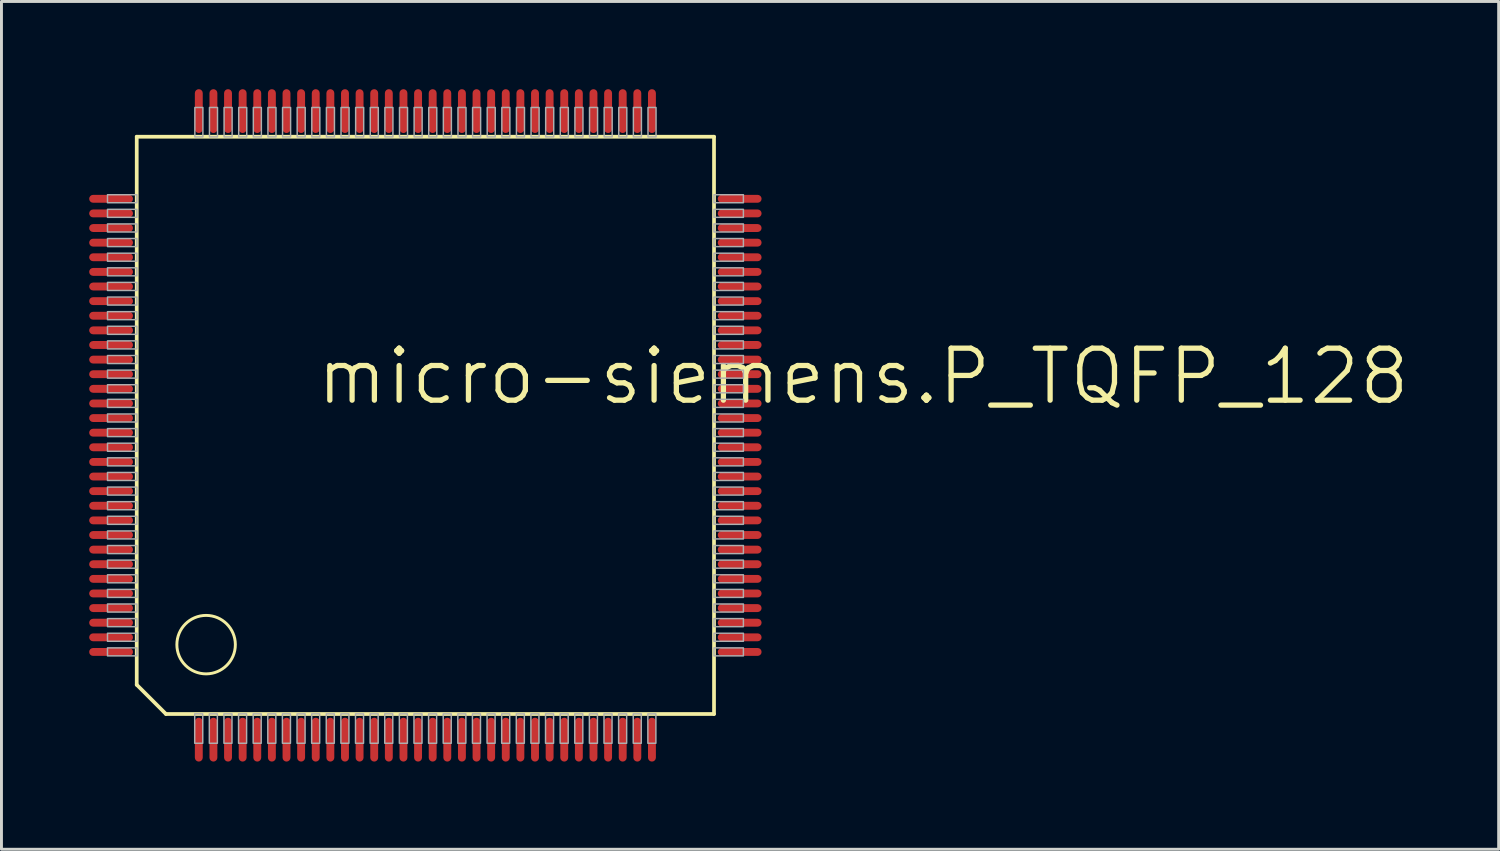
<source format=kicad_pcb>
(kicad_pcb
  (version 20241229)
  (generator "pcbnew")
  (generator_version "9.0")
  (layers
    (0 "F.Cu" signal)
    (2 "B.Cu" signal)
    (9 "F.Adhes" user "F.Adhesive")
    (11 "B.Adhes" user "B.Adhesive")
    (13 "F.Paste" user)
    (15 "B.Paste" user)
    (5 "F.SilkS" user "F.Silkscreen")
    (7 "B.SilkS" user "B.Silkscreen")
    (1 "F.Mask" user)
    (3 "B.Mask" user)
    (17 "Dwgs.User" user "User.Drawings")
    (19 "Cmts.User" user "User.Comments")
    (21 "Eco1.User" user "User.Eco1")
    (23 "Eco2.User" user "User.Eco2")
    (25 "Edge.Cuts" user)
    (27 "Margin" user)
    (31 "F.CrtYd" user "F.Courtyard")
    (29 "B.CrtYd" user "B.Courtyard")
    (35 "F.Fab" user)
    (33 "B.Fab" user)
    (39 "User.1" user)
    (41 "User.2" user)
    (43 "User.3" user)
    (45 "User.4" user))
  (footprint "micro-siemens.P_TQFP_128"
    (layer "F.Cu")
    (at 10.23 11.5)
    (property "Reference" "micro-siemens.P_TQFP_128" (at -2.54 -0.635 0) (layer "F.SilkS") (effects (font (size 1.778 1.778) (thickness 0.18)) (justify left bottom)))
    (attr smd)
    (fp_line (start -8.603 -9.873) (end -8.603 8.873) (stroke (width 0.127) (type default)) (layer "F.SilkS"))
    (fp_line (start -8.603 8.873) (end -7.603 9.873) (stroke (width 0.127) (type default)) (layer "F.SilkS"))
    (fp_line (start -7.603 9.873) (end 11.143 9.873) (stroke (width 0.127) (type default)) (layer "F.SilkS"))
    (fp_line (start 11.143 -9.873) (end -8.603 -9.873) (stroke (width 0.127) (type default)) (layer "F.SilkS"))
    (fp_line (start 11.143 9.873) (end 11.143 -9.873) (stroke (width 0.127) (type default)) (layer "F.SilkS"))
    (fp_circle (center -6.23 7.5) (end -5.23 7.5) (stroke (width 0.1) (type default)) (fill no) (layer "F.SilkS"))
    (fp_rect (start -9.603 -7.615) (end -8.598 -7.89) (stroke (width 0.05) (type default)) (fill no) (layer "F.Fab"))
    (fp_rect (start -9.603 -7.115) (end -8.598 -7.39) (stroke (width 0.05) (type default)) (fill no) (layer "F.Fab"))
    (fp_rect (start -9.603 -6.615) (end -8.598 -6.89) (stroke (width 0.05) (type default)) (fill no) (layer "F.Fab"))
    (fp_rect (start -9.603 -6.115) (end -8.598 -6.39) (stroke (width 0.05) (type default)) (fill no) (layer "F.Fab"))
    (fp_rect (start -9.603 -5.615) (end -8.598 -5.89) (stroke (width 0.05) (type default)) (fill no) (layer "F.Fab"))
    (fp_rect (start -9.603 -5.115) (end -8.598 -5.39) (stroke (width 0.05) (type default)) (fill no) (layer "F.Fab"))
    (fp_rect (start -9.603 -4.615) (end -8.598 -4.89) (stroke (width 0.05) (type default)) (fill no) (layer "F.Fab"))
    (fp_rect (start -9.603 -4.115) (end -8.598 -4.39) (stroke (width 0.05) (type default)) (fill no) (layer "F.Fab"))
    (fp_rect (start -9.603 -3.615) (end -8.598 -3.89) (stroke (width 0.05) (type default)) (fill no) (layer "F.Fab"))
    (fp_rect (start -9.603 -3.115) (end -8.598 -3.39) (stroke (width 0.05) (type default)) (fill no) (layer "F.Fab"))
    (fp_rect (start -9.603 -2.615) (end -8.598 -2.89) (stroke (width 0.05) (type default)) (fill no) (layer "F.Fab"))
    (fp_rect (start -9.603 -2.115) (end -8.598 -2.39) (stroke (width 0.05) (type default)) (fill no) (layer "F.Fab"))
    (fp_rect (start -9.603 -1.615) (end -8.598 -1.89) (stroke (width 0.05) (type default)) (fill no) (layer "F.Fab"))
    (fp_rect (start -9.603 -1.115) (end -8.598 -1.39) (stroke (width 0.05) (type default)) (fill no) (layer "F.Fab"))
    (fp_rect (start -9.603 -0.615) (end -8.598 -0.89) (stroke (width 0.05) (type default)) (fill no) (layer "F.Fab"))
    (fp_rect (start -9.603 -0.115) (end -8.598 -0.39) (stroke (width 0.05) (type default)) (fill no) (layer "F.Fab"))
    (fp_rect (start -9.603 0.385) (end -8.598 0.11) (stroke (width 0.05) (type default)) (fill no) (layer "F.Fab"))
    (fp_rect (start -9.603 0.885) (end -8.598 0.61) (stroke (width 0.05) (type default)) (fill no) (layer "F.Fab"))
    (fp_rect (start -9.603 1.385) (end -8.598 1.11) (stroke (width 0.05) (type default)) (fill no) (layer "F.Fab"))
    (fp_rect (start -9.603 1.885) (end -8.598 1.61) (stroke (width 0.05) (type default)) (fill no) (layer "F.Fab"))
    (fp_rect (start -9.603 2.385) (end -8.598 2.11) (stroke (width 0.05) (type default)) (fill no) (layer "F.Fab"))
    (fp_rect (start -9.603 2.885) (end -8.598 2.61) (stroke (width 0.05) (type default)) (fill no) (layer "F.Fab"))
    (fp_rect (start -9.603 3.385) (end -8.598 3.11) (stroke (width 0.05) (type default)) (fill no) (layer "F.Fab"))
    (fp_rect (start -9.603 3.885) (end -8.598 3.61) (stroke (width 0.05) (type default)) (fill no) (layer "F.Fab"))
    (fp_rect (start -9.603 4.385) (end -8.598 4.11) (stroke (width 0.05) (type default)) (fill no) (layer "F.Fab"))
    (fp_rect (start -9.603 4.885) (end -8.598 4.61) (stroke (width 0.05) (type default)) (fill no) (layer "F.Fab"))
    (fp_rect (start -9.603 5.385) (end -8.598 5.11) (stroke (width 0.05) (type default)) (fill no) (layer "F.Fab"))
    (fp_rect (start -9.603 5.885) (end -8.598 5.61) (stroke (width 0.05) (type default)) (fill no) (layer "F.Fab"))
    (fp_rect (start -9.603 6.385) (end -8.598 6.11) (stroke (width 0.05) (type default)) (fill no) (layer "F.Fab"))
    (fp_rect (start -9.603 6.885) (end -8.598 6.61) (stroke (width 0.05) (type default)) (fill no) (layer "F.Fab"))
    (fp_rect (start -9.603 7.385) (end -8.598 7.11) (stroke (width 0.05) (type default)) (fill no) (layer "F.Fab"))
    (fp_rect (start -9.603 7.885) (end -8.598 7.61) (stroke (width 0.05) (type default)) (fill no) (layer "F.Fab"))
    (fp_rect (start -6.62 10.873) (end -6.345 9.868) (stroke (width 0.05) (type default)) (fill no) (layer "F.Fab"))
    (fp_rect (start -6.615 -9.868) (end -6.34 -10.873) (stroke (width 0.05) (type default)) (fill no) (layer "F.Fab"))
    (fp_rect (start -6.12 10.873) (end -5.845 9.868) (stroke (width 0.05) (type default)) (fill no) (layer "F.Fab"))
    (fp_rect (start -6.115 -9.868) (end -5.84 -10.873) (stroke (width 0.05) (type default)) (fill no) (layer "F.Fab"))
    (fp_rect (start -5.62 10.873) (end -5.345 9.868) (stroke (width 0.05) (type default)) (fill no) (layer "F.Fab"))
    (fp_rect (start -5.615 -9.868) (end -5.34 -10.873) (stroke (width 0.05) (type default)) (fill no) (layer "F.Fab"))
    (fp_rect (start -5.12 10.873) (end -4.845 9.868) (stroke (width 0.05) (type default)) (fill no) (layer "F.Fab"))
    (fp_rect (start -5.115 -9.868) (end -4.84 -10.873) (stroke (width 0.05) (type default)) (fill no) (layer "F.Fab"))
    (fp_rect (start -4.62 10.873) (end -4.345 9.868) (stroke (width 0.05) (type default)) (fill no) (layer "F.Fab"))
    (fp_rect (start -4.615 -9.868) (end -4.34 -10.873) (stroke (width 0.05) (type default)) (fill no) (layer "F.Fab"))
    (fp_rect (start -4.12 10.873) (end -3.845 9.868) (stroke (width 0.05) (type default)) (fill no) (layer "F.Fab"))
    (fp_rect (start -4.115 -9.868) (end -3.84 -10.873) (stroke (width 0.05) (type default)) (fill no) (layer "F.Fab"))
    (fp_rect (start -3.62 10.873) (end -3.345 9.868) (stroke (width 0.05) (type default)) (fill no) (layer "F.Fab"))
    (fp_rect (start -3.615 -9.868) (end -3.34 -10.873) (stroke (width 0.05) (type default)) (fill no) (layer "F.Fab"))
    (fp_rect (start -3.12 10.873) (end -2.845 9.868) (stroke (width 0.05) (type default)) (fill no) (layer "F.Fab"))
    (fp_rect (start -3.115 -9.868) (end -2.84 -10.873) (stroke (width 0.05) (type default)) (fill no) (layer "F.Fab"))
    (fp_rect (start -2.62 10.873) (end -2.345 9.868) (stroke (width 0.05) (type default)) (fill no) (layer "F.Fab"))
    (fp_rect (start -2.615 -9.868) (end -2.34 -10.873) (stroke (width 0.05) (type default)) (fill no) (layer "F.Fab"))
    (fp_rect (start -2.12 10.873) (end -1.845 9.868) (stroke (width 0.05) (type default)) (fill no) (layer "F.Fab"))
    (fp_rect (start -2.115 -9.868) (end -1.84 -10.873) (stroke (width 0.05) (type default)) (fill no) (layer "F.Fab"))
    (fp_rect (start -1.62 10.873) (end -1.345 9.868) (stroke (width 0.05) (type default)) (fill no) (layer "F.Fab"))
    (fp_rect (start -1.615 -9.868) (end -1.34 -10.873) (stroke (width 0.05) (type default)) (fill no) (layer "F.Fab"))
    (fp_rect (start -1.12 10.873) (end -0.845 9.868) (stroke (width 0.05) (type default)) (fill no) (layer "F.Fab"))
    (fp_rect (start -1.115 -9.868) (end -0.84 -10.873) (stroke (width 0.05) (type default)) (fill no) (layer "F.Fab"))
    (fp_rect (start -0.62 10.873) (end -0.345 9.868) (stroke (width 0.05) (type default)) (fill no) (layer "F.Fab"))
    (fp_rect (start -0.615 -9.868) (end -0.34 -10.873) (stroke (width 0.05) (type default)) (fill no) (layer "F.Fab"))
    (fp_rect (start -0.12 10.873) (end 0.155 9.868) (stroke (width 0.05) (type default)) (fill no) (layer "F.Fab"))
    (fp_rect (start -0.115 -9.868) (end 0.16 -10.873) (stroke (width 0.05) (type default)) (fill no) (layer "F.Fab"))
    (fp_rect (start 0.38 10.873) (end 0.655 9.868) (stroke (width 0.05) (type default)) (fill no) (layer "F.Fab"))
    (fp_rect (start 0.385 -9.868) (end 0.66 -10.873) (stroke (width 0.05) (type default)) (fill no) (layer "F.Fab"))
    (fp_rect (start 0.88 10.873) (end 1.155 9.868) (stroke (width 0.05) (type default)) (fill no) (layer "F.Fab"))
    (fp_rect (start 0.885 -9.868) (end 1.16 -10.873) (stroke (width 0.05) (type default)) (fill no) (layer "F.Fab"))
    (fp_rect (start 1.38 10.873) (end 1.655 9.868) (stroke (width 0.05) (type default)) (fill no) (layer "F.Fab"))
    (fp_rect (start 1.385 -9.868) (end 1.66 -10.873) (stroke (width 0.05) (type default)) (fill no) (layer "F.Fab"))
    (fp_rect (start 1.88 10.873) (end 2.155 9.868) (stroke (width 0.05) (type default)) (fill no) (layer "F.Fab"))
    (fp_rect (start 1.885 -9.868) (end 2.16 -10.873) (stroke (width 0.05) (type default)) (fill no) (layer "F.Fab"))
    (fp_rect (start 2.38 10.873) (end 2.655 9.868) (stroke (width 0.05) (type default)) (fill no) (layer "F.Fab"))
    (fp_rect (start 2.385 -9.868) (end 2.66 -10.873) (stroke (width 0.05) (type default)) (fill no) (layer "F.Fab"))
    (fp_rect (start 2.88 10.873) (end 3.155 9.868) (stroke (width 0.05) (type default)) (fill no) (layer "F.Fab"))
    (fp_rect (start 2.885 -9.868) (end 3.16 -10.873) (stroke (width 0.05) (type default)) (fill no) (layer "F.Fab"))
    (fp_rect (start 3.38 10.873) (end 3.655 9.868) (stroke (width 0.05) (type default)) (fill no) (layer "F.Fab"))
    (fp_rect (start 3.385 -9.868) (end 3.66 -10.873) (stroke (width 0.05) (type default)) (fill no) (layer "F.Fab"))
    (fp_rect (start 3.88 10.873) (end 4.155 9.868) (stroke (width 0.05) (type default)) (fill no) (layer "F.Fab"))
    (fp_rect (start 3.885 -9.868) (end 4.16 -10.873) (stroke (width 0.05) (type default)) (fill no) (layer "F.Fab"))
    (fp_rect (start 4.38 10.873) (end 4.655 9.868) (stroke (width 0.05) (type default)) (fill no) (layer "F.Fab"))
    (fp_rect (start 4.385 -9.868) (end 4.66 -10.873) (stroke (width 0.05) (type default)) (fill no) (layer "F.Fab"))
    (fp_rect (start 4.88 10.873) (end 5.155 9.868) (stroke (width 0.05) (type default)) (fill no) (layer "F.Fab"))
    (fp_rect (start 4.885 -9.868) (end 5.16 -10.873) (stroke (width 0.05) (type default)) (fill no) (layer "F.Fab"))
    (fp_rect (start 5.38 10.873) (end 5.655 9.868) (stroke (width 0.05) (type default)) (fill no) (layer "F.Fab"))
    (fp_rect (start 5.385 -9.868) (end 5.66 -10.873) (stroke (width 0.05) (type default)) (fill no) (layer "F.Fab"))
    (fp_rect (start 5.88 10.873) (end 6.155 9.868) (stroke (width 0.05) (type default)) (fill no) (layer "F.Fab"))
    (fp_rect (start 5.885 -9.868) (end 6.16 -10.873) (stroke (width 0.05) (type default)) (fill no) (layer "F.Fab"))
    (fp_rect (start 6.38 10.873) (end 6.655 9.868) (stroke (width 0.05) (type default)) (fill no) (layer "F.Fab"))
    (fp_rect (start 6.385 -9.868) (end 6.66 -10.873) (stroke (width 0.05) (type default)) (fill no) (layer "F.Fab"))
    (fp_rect (start 6.88 10.873) (end 7.155 9.868) (stroke (width 0.05) (type default)) (fill no) (layer "F.Fab"))
    (fp_rect (start 6.885 -9.868) (end 7.16 -10.873) (stroke (width 0.05) (type default)) (fill no) (layer "F.Fab"))
    (fp_rect (start 7.38 10.873) (end 7.655 9.868) (stroke (width 0.05) (type default)) (fill no) (layer "F.Fab"))
    (fp_rect (start 7.385 -9.868) (end 7.66 -10.873) (stroke (width 0.05) (type default)) (fill no) (layer "F.Fab"))
    (fp_rect (start 7.88 10.873) (end 8.155 9.868) (stroke (width 0.05) (type default)) (fill no) (layer "F.Fab"))
    (fp_rect (start 7.885 -9.868) (end 8.16 -10.873) (stroke (width 0.05) (type default)) (fill no) (layer "F.Fab"))
    (fp_rect (start 8.38 10.873) (end 8.655 9.868) (stroke (width 0.05) (type default)) (fill no) (layer "F.Fab"))
    (fp_rect (start 8.385 -9.868) (end 8.66 -10.873) (stroke (width 0.05) (type default)) (fill no) (layer "F.Fab"))
    (fp_rect (start 8.88 10.873) (end 9.155 9.868) (stroke (width 0.05) (type default)) (fill no) (layer "F.Fab"))
    (fp_rect (start 8.885 -9.868) (end 9.16 -10.873) (stroke (width 0.05) (type default)) (fill no) (layer "F.Fab"))
    (fp_rect (start 11.143 -7.615) (end 12.148 -7.89) (stroke (width 0.05) (type default)) (fill no) (layer "F.Fab"))
    (fp_rect (start 11.143 -7.115) (end 12.148 -7.39) (stroke (width 0.05) (type default)) (fill no) (layer "F.Fab"))
    (fp_rect (start 11.143 -6.615) (end 12.148 -6.89) (stroke (width 0.05) (type default)) (fill no) (layer "F.Fab"))
    (fp_rect (start 11.143 -6.115) (end 12.148 -6.39) (stroke (width 0.05) (type default)) (fill no) (layer "F.Fab"))
    (fp_rect (start 11.143 -5.615) (end 12.148 -5.89) (stroke (width 0.05) (type default)) (fill no) (layer "F.Fab"))
    (fp_rect (start 11.143 -5.115) (end 12.148 -5.39) (stroke (width 0.05) (type default)) (fill no) (layer "F.Fab"))
    (fp_rect (start 11.143 -4.615) (end 12.148 -4.89) (stroke (width 0.05) (type default)) (fill no) (layer "F.Fab"))
    (fp_rect (start 11.143 -4.115) (end 12.148 -4.39) (stroke (width 0.05) (type default)) (fill no) (layer "F.Fab"))
    (fp_rect (start 11.143 -3.615) (end 12.148 -3.89) (stroke (width 0.05) (type default)) (fill no) (layer "F.Fab"))
    (fp_rect (start 11.143 -3.115) (end 12.148 -3.39) (stroke (width 0.05) (type default)) (fill no) (layer "F.Fab"))
    (fp_rect (start 11.143 -2.615) (end 12.148 -2.89) (stroke (width 0.05) (type default)) (fill no) (layer "F.Fab"))
    (fp_rect (start 11.143 -2.115) (end 12.148 -2.39) (stroke (width 0.05) (type default)) (fill no) (layer "F.Fab"))
    (fp_rect (start 11.143 -1.615) (end 12.148 -1.89) (stroke (width 0.05) (type default)) (fill no) (layer "F.Fab"))
    (fp_rect (start 11.143 -1.115) (end 12.148 -1.39) (stroke (width 0.05) (type default)) (fill no) (layer "F.Fab"))
    (fp_rect (start 11.143 -0.615) (end 12.148 -0.89) (stroke (width 0.05) (type default)) (fill no) (layer "F.Fab"))
    (fp_rect (start 11.143 -0.115) (end 12.148 -0.39) (stroke (width 0.05) (type default)) (fill no) (layer "F.Fab"))
    (fp_rect (start 11.143 0.385) (end 12.148 0.11) (stroke (width 0.05) (type default)) (fill no) (layer "F.Fab"))
    (fp_rect (start 11.143 0.885) (end 12.148 0.61) (stroke (width 0.05) (type default)) (fill no) (layer "F.Fab"))
    (fp_rect (start 11.143 1.385) (end 12.148 1.11) (stroke (width 0.05) (type default)) (fill no) (layer "F.Fab"))
    (fp_rect (start 11.143 1.885) (end 12.148 1.61) (stroke (width 0.05) (type default)) (fill no) (layer "F.Fab"))
    (fp_rect (start 11.143 2.385) (end 12.148 2.11) (stroke (width 0.05) (type default)) (fill no) (layer "F.Fab"))
    (fp_rect (start 11.143 2.885) (end 12.148 2.61) (stroke (width 0.05) (type default)) (fill no) (layer "F.Fab"))
    (fp_rect (start 11.143 3.385) (end 12.148 3.11) (stroke (width 0.05) (type default)) (fill no) (layer "F.Fab"))
    (fp_rect (start 11.143 3.885) (end 12.148 3.61) (stroke (width 0.05) (type default)) (fill no) (layer "F.Fab"))
    (fp_rect (start 11.143 4.385) (end 12.148 4.11) (stroke (width 0.05) (type default)) (fill no) (layer "F.Fab"))
    (fp_rect (start 11.143 4.885) (end 12.148 4.61) (stroke (width 0.05) (type default)) (fill no) (layer "F.Fab"))
    (fp_rect (start 11.143 5.385) (end 12.148 5.11) (stroke (width 0.05) (type default)) (fill no) (layer "F.Fab"))
    (fp_rect (start 11.143 5.885) (end 12.148 5.61) (stroke (width 0.05) (type default)) (fill no) (layer "F.Fab"))
    (fp_rect (start 11.143 6.385) (end 12.148 6.11) (stroke (width 0.05) (type default)) (fill no) (layer "F.Fab"))
    (fp_rect (start 11.143 6.885) (end 12.148 6.61) (stroke (width 0.05) (type default)) (fill no) (layer "F.Fab"))
    (fp_rect (start 11.143 7.385) (end 12.148 7.11) (stroke (width 0.05) (type default)) (fill no) (layer "F.Fab"))
    (fp_rect (start 11.143 7.885) (end 12.148 7.61) (stroke (width 0.05) (type default)) (fill no) (layer "F.Fab"))
    (pad "1" smd roundrect (at -6.48 10.75) (size 0.27 1.5) (layers "F.Cu" "F.Mask" "F.Paste") (roundrect_rratio 0.5))
    (pad "2" smd roundrect (at -5.98 10.75) (size 0.27 1.5) (layers "F.Cu" "F.Mask" "F.Paste") (roundrect_rratio 0.5))
    (pad "3" smd roundrect (at -5.48 10.75) (size 0.27 1.5) (layers "F.Cu" "F.Mask" "F.Paste") (roundrect_rratio 0.5))
    (pad "4" smd roundrect (at -4.98 10.75) (size 0.27 1.5) (layers "F.Cu" "F.Mask" "F.Paste") (roundrect_rratio 0.5))
    (pad "5" smd roundrect (at -4.48 10.75) (size 0.27 1.5) (layers "F.Cu" "F.Mask" "F.Paste") (roundrect_rratio 0.5))
    (pad "6" smd roundrect (at -3.98 10.75) (size 0.27 1.5) (layers "F.Cu" "F.Mask" "F.Paste") (roundrect_rratio 0.5))
    (pad "7" smd roundrect (at -3.48 10.75) (size 0.27 1.5) (layers "F.Cu" "F.Mask" "F.Paste") (roundrect_rratio 0.5))
    (pad "8" smd roundrect (at -2.98 10.75) (size 0.27 1.5) (layers "F.Cu" "F.Mask" "F.Paste") (roundrect_rratio 0.5))
    (pad "9" smd roundrect (at -2.48 10.75) (size 0.27 1.5) (layers "F.Cu" "F.Mask" "F.Paste") (roundrect_rratio 0.5))
    (pad "10" smd roundrect (at -1.98 10.75) (size 0.27 1.5) (layers "F.Cu" "F.Mask" "F.Paste") (roundrect_rratio 0.5))
    (pad "11" smd roundrect (at -1.48 10.75) (size 0.27 1.5) (layers "F.Cu" "F.Mask" "F.Paste") (roundrect_rratio 0.5))
    (pad "12" smd roundrect (at -0.98 10.75) (size 0.27 1.5) (layers "F.Cu" "F.Mask" "F.Paste") (roundrect_rratio 0.5))
    (pad "13" smd roundrect (at -0.48 10.75) (size 0.27 1.5) (layers "F.Cu" "F.Mask" "F.Paste") (roundrect_rratio 0.5))
    (pad "14" smd roundrect (at 0.02 10.75) (size 0.27 1.5) (layers "F.Cu" "F.Mask" "F.Paste") (roundrect_rratio 0.5))
    (pad "15" smd roundrect (at 0.52 10.75) (size 0.27 1.5) (layers "F.Cu" "F.Mask" "F.Paste") (roundrect_rratio 0.5))
    (pad "16" smd roundrect (at 1.02 10.75) (size 0.27 1.5) (layers "F.Cu" "F.Mask" "F.Paste") (roundrect_rratio 0.5))
    (pad "17" smd roundrect (at 1.52 10.75) (size 0.27 1.5) (layers "F.Cu" "F.Mask" "F.Paste") (roundrect_rratio 0.5))
    (pad "18" smd roundrect (at 2.02 10.75) (size 0.27 1.5) (layers "F.Cu" "F.Mask" "F.Paste") (roundrect_rratio 0.5))
    (pad "19" smd roundrect (at 2.52 10.75) (size 0.27 1.5) (layers "F.Cu" "F.Mask" "F.Paste") (roundrect_rratio 0.5))
    (pad "20" smd roundrect (at 3.02 10.75) (size 0.27 1.5) (layers "F.Cu" "F.Mask" "F.Paste") (roundrect_rratio 0.5))
    (pad "21" smd roundrect (at 3.52 10.75) (size 0.27 1.5) (layers "F.Cu" "F.Mask" "F.Paste") (roundrect_rratio 0.5))
    (pad "22" smd roundrect (at 4.02 10.75) (size 0.27 1.5) (layers "F.Cu" "F.Mask" "F.Paste") (roundrect_rratio 0.5))
    (pad "23" smd roundrect (at 4.52 10.75) (size 0.27 1.5) (layers "F.Cu" "F.Mask" "F.Paste") (roundrect_rratio 0.5))
    (pad "24" smd roundrect (at 5.02 10.75) (size 0.27 1.5) (layers "F.Cu" "F.Mask" "F.Paste") (roundrect_rratio 0.5))
    (pad "25" smd roundrect (at 5.52 10.75) (size 0.27 1.5) (layers "F.Cu" "F.Mask" "F.Paste") (roundrect_rratio 0.5))
    (pad "26" smd roundrect (at 6.02 10.75) (size 0.27 1.5) (layers "F.Cu" "F.Mask" "F.Paste") (roundrect_rratio 0.5))
    (pad "27" smd roundrect (at 6.52 10.75) (size 0.27 1.5) (layers "F.Cu" "F.Mask" "F.Paste") (roundrect_rratio 0.5))
    (pad "28" smd roundrect (at 7.02 10.75) (size 0.27 1.5) (layers "F.Cu" "F.Mask" "F.Paste") (roundrect_rratio 0.5))
    (pad "29" smd roundrect (at 7.52 10.75) (size 0.27 1.5) (layers "F.Cu" "F.Mask" "F.Paste") (roundrect_rratio 0.5))
    (pad "30" smd roundrect (at 8.02 10.75) (size 0.27 1.5) (layers "F.Cu" "F.Mask" "F.Paste") (roundrect_rratio 0.5))
    (pad "31" smd roundrect (at 8.52 10.75) (size 0.27 1.5) (layers "F.Cu" "F.Mask" "F.Paste") (roundrect_rratio 0.5))
    (pad "32" smd roundrect (at 9.02 10.75) (size 0.27 1.5) (layers "F.Cu" "F.Mask" "F.Paste") (roundrect_rratio 0.5))
    (pad "33" smd roundrect (at 12.02 7.75) (size 1.5 0.27) (layers "F.Cu" "F.Mask" "F.Paste") (roundrect_rratio 0.5))
    (pad "34" smd roundrect (at 12.02 7.25) (size 1.5 0.27) (layers "F.Cu" "F.Mask" "F.Paste") (roundrect_rratio 0.5))
    (pad "35" smd roundrect (at 12.02 6.75) (size 1.5 0.27) (layers "F.Cu" "F.Mask" "F.Paste") (roundrect_rratio 0.5))
    (pad "36" smd roundrect (at 12.02 6.25) (size 1.5 0.27) (layers "F.Cu" "F.Mask" "F.Paste") (roundrect_rratio 0.5))
    (pad "37" smd roundrect (at 12.02 5.75) (size 1.5 0.27) (layers "F.Cu" "F.Mask" "F.Paste") (roundrect_rratio 0.5))
    (pad "38" smd roundrect (at 12.02 5.25) (size 1.5 0.27) (layers "F.Cu" "F.Mask" "F.Paste") (roundrect_rratio 0.5))
    (pad "39" smd roundrect (at 12.02 4.75) (size 1.5 0.27) (layers "F.Cu" "F.Mask" "F.Paste") (roundrect_rratio 0.5))
    (pad "40" smd roundrect (at 12.02 4.25) (size 1.5 0.27) (layers "F.Cu" "F.Mask" "F.Paste") (roundrect_rratio 0.5))
    (pad "41" smd roundrect (at 12.02 3.75) (size 1.5 0.27) (layers "F.Cu" "F.Mask" "F.Paste") (roundrect_rratio 0.5))
    (pad "42" smd roundrect (at 12.02 3.25) (size 1.5 0.27) (layers "F.Cu" "F.Mask" "F.Paste") (roundrect_rratio 0.5))
    (pad "43" smd roundrect (at 12.02 2.75) (size 1.5 0.27) (layers "F.Cu" "F.Mask" "F.Paste") (roundrect_rratio 0.5))
    (pad "44" smd roundrect (at 12.02 2.25) (size 1.5 0.27) (layers "F.Cu" "F.Mask" "F.Paste") (roundrect_rratio 0.5))
    (pad "45" smd roundrect (at 12.02 1.75) (size 1.5 0.27) (layers "F.Cu" "F.Mask" "F.Paste") (roundrect_rratio 0.5))
    (pad "46" smd roundrect (at 12.02 1.25) (size 1.5 0.27) (layers "F.Cu" "F.Mask" "F.Paste") (roundrect_rratio 0.5))
    (pad "47" smd roundrect (at 12.02 0.75) (size 1.5 0.27) (layers "F.Cu" "F.Mask" "F.Paste") (roundrect_rratio 0.5))
    (pad "48" smd roundrect (at 12.02 0.25) (size 1.5 0.27) (layers "F.Cu" "F.Mask" "F.Paste") (roundrect_rratio 0.5))
    (pad "49" smd roundrect (at 12.02 -0.25) (size 1.5 0.27) (layers "F.Cu" "F.Mask" "F.Paste") (roundrect_rratio 0.5))
    (pad "50" smd roundrect (at 12.02 -0.75) (size 1.5 0.27) (layers "F.Cu" "F.Mask" "F.Paste") (roundrect_rratio 0.5))
    (pad "51" smd roundrect (at 12.02 -1.25) (size 1.5 0.27) (layers "F.Cu" "F.Mask" "F.Paste") (roundrect_rratio 0.5))
    (pad "52" smd roundrect (at 12.02 -1.75) (size 1.5 0.27) (layers "F.Cu" "F.Mask" "F.Paste") (roundrect_rratio 0.5))
    (pad "53" smd roundrect (at 12.02 -2.25) (size 1.5 0.27) (layers "F.Cu" "F.Mask" "F.Paste") (roundrect_rratio 0.5))
    (pad "54" smd roundrect (at 12.02 -2.75) (size 1.5 0.27) (layers "F.Cu" "F.Mask" "F.Paste") (roundrect_rratio 0.5))
    (pad "55" smd roundrect (at 12.02 -3.25) (size 1.5 0.27) (layers "F.Cu" "F.Mask" "F.Paste") (roundrect_rratio 0.5))
    (pad "56" smd roundrect (at 12.02 -3.75) (size 1.5 0.27) (layers "F.Cu" "F.Mask" "F.Paste") (roundrect_rratio 0.5))
    (pad "57" smd roundrect (at 12.02 -4.25) (size 1.5 0.27) (layers "F.Cu" "F.Mask" "F.Paste") (roundrect_rratio 0.5))
    (pad "58" smd roundrect (at 12.02 -4.75) (size 1.5 0.27) (layers "F.Cu" "F.Mask" "F.Paste") (roundrect_rratio 0.5))
    (pad "59" smd roundrect (at 12.02 -5.25) (size 1.5 0.27) (layers "F.Cu" "F.Mask" "F.Paste") (roundrect_rratio 0.5))
    (pad "60" smd roundrect (at 12.02 -5.75) (size 1.5 0.27) (layers "F.Cu" "F.Mask" "F.Paste") (roundrect_rratio 0.5))
    (pad "61" smd roundrect (at 12.02 -6.25) (size 1.5 0.27) (layers "F.Cu" "F.Mask" "F.Paste") (roundrect_rratio 0.5))
    (pad "62" smd roundrect (at 12.02 -6.75) (size 1.5 0.27) (layers "F.Cu" "F.Mask" "F.Paste") (roundrect_rratio 0.5))
    (pad "63" smd roundrect (at 12.02 -7.25) (size 1.5 0.27) (layers "F.Cu" "F.Mask" "F.Paste") (roundrect_rratio 0.5))
    (pad "64" smd roundrect (at 12.02 -7.75) (size 1.5 0.27) (layers "F.Cu" "F.Mask" "F.Paste") (roundrect_rratio 0.5))
    (pad "65" smd roundrect (at 9.02 -10.75) (size 0.27 1.5) (layers "F.Cu" "F.Mask" "F.Paste") (roundrect_rratio 0.5))
    (pad "66" smd roundrect (at 8.52 -10.75) (size 0.27 1.5) (layers "F.Cu" "F.Mask" "F.Paste") (roundrect_rratio 0.5))
    (pad "67" smd roundrect (at 8.02 -10.75) (size 0.27 1.5) (layers "F.Cu" "F.Mask" "F.Paste") (roundrect_rratio 0.5))
    (pad "68" smd roundrect (at 7.52 -10.75) (size 0.27 1.5) (layers "F.Cu" "F.Mask" "F.Paste") (roundrect_rratio 0.5))
    (pad "69" smd roundrect (at 7.02 -10.75) (size 0.27 1.5) (layers "F.Cu" "F.Mask" "F.Paste") (roundrect_rratio 0.5))
    (pad "70" smd roundrect (at 6.52 -10.75) (size 0.27 1.5) (layers "F.Cu" "F.Mask" "F.Paste") (roundrect_rratio 0.5))
    (pad "71" smd roundrect (at 6.02 -10.75) (size 0.27 1.5) (layers "F.Cu" "F.Mask" "F.Paste") (roundrect_rratio 0.5))
    (pad "72" smd roundrect (at 5.52 -10.75) (size 0.27 1.5) (layers "F.Cu" "F.Mask" "F.Paste") (roundrect_rratio 0.5))
    (pad "73" smd roundrect (at 5.02 -10.75) (size 0.27 1.5) (layers "F.Cu" "F.Mask" "F.Paste") (roundrect_rratio 0.5))
    (pad "74" smd roundrect (at 4.52 -10.75) (size 0.27 1.5) (layers "F.Cu" "F.Mask" "F.Paste") (roundrect_rratio 0.5))
    (pad "75" smd roundrect (at 4.02 -10.75) (size 0.27 1.5) (layers "F.Cu" "F.Mask" "F.Paste") (roundrect_rratio 0.5))
    (pad "76" smd roundrect (at 3.52 -10.75) (size 0.27 1.5) (layers "F.Cu" "F.Mask" "F.Paste") (roundrect_rratio 0.5))
    (pad "77" smd roundrect (at 3.02 -10.75) (size 0.27 1.5) (layers "F.Cu" "F.Mask" "F.Paste") (roundrect_rratio 0.5))
    (pad "78" smd roundrect (at 2.52 -10.75) (size 0.27 1.5) (layers "F.Cu" "F.Mask" "F.Paste") (roundrect_rratio 0.5))
    (pad "79" smd roundrect (at 2.02 -10.75) (size 0.27 1.5) (layers "F.Cu" "F.Mask" "F.Paste") (roundrect_rratio 0.5))
    (pad "80" smd roundrect (at 1.52 -10.75) (size 0.27 1.5) (layers "F.Cu" "F.Mask" "F.Paste") (roundrect_rratio 0.5))
    (pad "81" smd roundrect (at 1.02 -10.75) (size 0.27 1.5) (layers "F.Cu" "F.Mask" "F.Paste") (roundrect_rratio 0.5))
    (pad "82" smd roundrect (at 0.52 -10.75) (size 0.27 1.5) (layers "F.Cu" "F.Mask" "F.Paste") (roundrect_rratio 0.5))
    (pad "83" smd roundrect (at 0.02 -10.75) (size 0.27 1.5) (layers "F.Cu" "F.Mask" "F.Paste") (roundrect_rratio 0.5))
    (pad "84" smd roundrect (at -0.48 -10.75) (size 0.27 1.5) (layers "F.Cu" "F.Mask" "F.Paste") (roundrect_rratio 0.5))
    (pad "85" smd roundrect (at -0.98 -10.75) (size 0.27 1.5) (layers "F.Cu" "F.Mask" "F.Paste") (roundrect_rratio 0.5))
    (pad "86" smd roundrect (at -1.48 -10.75) (size 0.27 1.5) (layers "F.Cu" "F.Mask" "F.Paste") (roundrect_rratio 0.5))
    (pad "87" smd roundrect (at -1.98 -10.75) (size 0.27 1.5) (layers "F.Cu" "F.Mask" "F.Paste") (roundrect_rratio 0.5))
    (pad "88" smd roundrect (at -2.48 -10.75) (size 0.27 1.5) (layers "F.Cu" "F.Mask" "F.Paste") (roundrect_rratio 0.5))
    (pad "89" smd roundrect (at -2.98 -10.75) (size 0.27 1.5) (layers "F.Cu" "F.Mask" "F.Paste") (roundrect_rratio 0.5))
    (pad "90" smd roundrect (at -3.48 -10.75) (size 0.27 1.5) (layers "F.Cu" "F.Mask" "F.Paste") (roundrect_rratio 0.5))
    (pad "91" smd roundrect (at -3.98 -10.75) (size 0.27 1.5) (layers "F.Cu" "F.Mask" "F.Paste") (roundrect_rratio 0.5))
    (pad "92" smd roundrect (at -4.48 -10.75) (size 0.27 1.5) (layers "F.Cu" "F.Mask" "F.Paste") (roundrect_rratio 0.5))
    (pad "93" smd roundrect (at -4.98 -10.75) (size 0.27 1.5) (layers "F.Cu" "F.Mask" "F.Paste") (roundrect_rratio 0.5))
    (pad "94" smd roundrect (at -5.48 -10.75) (size 0.27 1.5) (layers "F.Cu" "F.Mask" "F.Paste") (roundrect_rratio 0.5))
    (pad "95" smd roundrect (at -5.98 -10.75) (size 0.27 1.5) (layers "F.Cu" "F.Mask" "F.Paste") (roundrect_rratio 0.5))
    (pad "96" smd roundrect (at -6.48 -10.75) (size 0.27 1.5) (layers "F.Cu" "F.Mask" "F.Paste") (roundrect_rratio 0.5))
    (pad "97" smd roundrect (at -9.48 -7.75) (size 1.5 0.27) (layers "F.Cu" "F.Mask" "F.Paste") (roundrect_rratio 0.5))
    (pad "98" smd roundrect (at -9.48 -7.25) (size 1.5 0.27) (layers "F.Cu" "F.Mask" "F.Paste") (roundrect_rratio 0.5))
    (pad "99" smd roundrect (at -9.48 -6.75) (size 1.5 0.27) (layers "F.Cu" "F.Mask" "F.Paste") (roundrect_rratio 0.5))
    (pad "100" smd roundrect (at -9.48 -6.25) (size 1.5 0.27) (layers "F.Cu" "F.Mask" "F.Paste") (roundrect_rratio 0.5))
    (pad "101" smd roundrect (at -9.48 -5.75) (size 1.5 0.27) (layers "F.Cu" "F.Mask" "F.Paste") (roundrect_rratio 0.5))
    (pad "102" smd roundrect (at -9.48 -5.25) (size 1.5 0.27) (layers "F.Cu" "F.Mask" "F.Paste") (roundrect_rratio 0.5))
    (pad "103" smd roundrect (at -9.48 -4.75) (size 1.5 0.27) (layers "F.Cu" "F.Mask" "F.Paste") (roundrect_rratio 0.5))
    (pad "104" smd roundrect (at -9.48 -4.25) (size 1.5 0.27) (layers "F.Cu" "F.Mask" "F.Paste") (roundrect_rratio 0.5))
    (pad "105" smd roundrect (at -9.48 -3.75) (size 1.5 0.27) (layers "F.Cu" "F.Mask" "F.Paste") (roundrect_rratio 0.5))
    (pad "106" smd roundrect (at -9.48 -3.25) (size 1.5 0.27) (layers "F.Cu" "F.Mask" "F.Paste") (roundrect_rratio 0.5))
    (pad "107" smd roundrect (at -9.48 -2.75) (size 1.5 0.27) (layers "F.Cu" "F.Mask" "F.Paste") (roundrect_rratio 0.5))
    (pad "108" smd roundrect (at -9.48 -2.25) (size 1.5 0.27) (layers "F.Cu" "F.Mask" "F.Paste") (roundrect_rratio 0.5))
    (pad "109" smd roundrect (at -9.48 -1.75) (size 1.5 0.27) (layers "F.Cu" "F.Mask" "F.Paste") (roundrect_rratio 0.5))
    (pad "110" smd roundrect (at -9.48 -1.25) (size 1.5 0.27) (layers "F.Cu" "F.Mask" "F.Paste") (roundrect_rratio 0.5))
    (pad "111" smd roundrect (at -9.48 -0.75) (size 1.5 0.27) (layers "F.Cu" "F.Mask" "F.Paste") (roundrect_rratio 0.5))
    (pad "112" smd roundrect (at -9.48 -0.25) (size 1.5 0.27) (layers "F.Cu" "F.Mask" "F.Paste") (roundrect_rratio 0.5))
    (pad "113" smd roundrect (at -9.48 0.25) (size 1.5 0.27) (layers "F.Cu" "F.Mask" "F.Paste") (roundrect_rratio 0.5))
    (pad "114" smd roundrect (at -9.48 0.75) (size 1.5 0.27) (layers "F.Cu" "F.Mask" "F.Paste") (roundrect_rratio 0.5))
    (pad "115" smd roundrect (at -9.48 1.25) (size 1.5 0.27) (layers "F.Cu" "F.Mask" "F.Paste") (roundrect_rratio 0.5))
    (pad "116" smd roundrect (at -9.48 1.75) (size 1.5 0.27) (layers "F.Cu" "F.Mask" "F.Paste") (roundrect_rratio 0.5))
    (pad "117" smd roundrect (at -9.48 2.25) (size 1.5 0.27) (layers "F.Cu" "F.Mask" "F.Paste") (roundrect_rratio 0.5))
    (pad "118" smd roundrect (at -9.48 2.75) (size 1.5 0.27) (layers "F.Cu" "F.Mask" "F.Paste") (roundrect_rratio 0.5))
    (pad "119" smd roundrect (at -9.48 3.25) (size 1.5 0.27) (layers "F.Cu" "F.Mask" "F.Paste") (roundrect_rratio 0.5))
    (pad "120" smd roundrect (at -9.48 3.75) (size 1.5 0.27) (layers "F.Cu" "F.Mask" "F.Paste") (roundrect_rratio 0.5))
    (pad "121" smd roundrect (at -9.48 4.25) (size 1.5 0.27) (layers "F.Cu" "F.Mask" "F.Paste") (roundrect_rratio 0.5))
    (pad "122" smd roundrect (at -9.48 4.75) (size 1.5 0.27) (layers "F.Cu" "F.Mask" "F.Paste") (roundrect_rratio 0.5))
    (pad "123" smd roundrect (at -9.48 5.25) (size 1.5 0.27) (layers "F.Cu" "F.Mask" "F.Paste") (roundrect_rratio 0.5))
    (pad "124" smd roundrect (at -9.48 5.75) (size 1.5 0.27) (layers "F.Cu" "F.Mask" "F.Paste") (roundrect_rratio 0.5))
    (pad "125" smd roundrect (at -9.48 6.25) (size 1.5 0.27) (layers "F.Cu" "F.Mask" "F.Paste") (roundrect_rratio 0.5))
    (pad "126" smd roundrect (at -9.48 6.75) (size 1.5 0.27) (layers "F.Cu" "F.Mask" "F.Paste") (roundrect_rratio 0.5))
    (pad "127" smd roundrect (at -9.48 7.25) (size 1.5 0.27) (layers "F.Cu" "F.Mask" "F.Paste") (roundrect_rratio 0.5))
    (pad "128" smd roundrect (at -9.48 7.75) (size 1.5 0.27) (layers "F.Cu" "F.Mask" "F.Paste") (roundrect_rratio 0.5)))
  (gr_rect
    (start -3 -3)
    (end 48.212 26)
    (stroke (width 0.1) (type default))
    (fill no)
    (layer "Edge.Cuts")))
</source>
